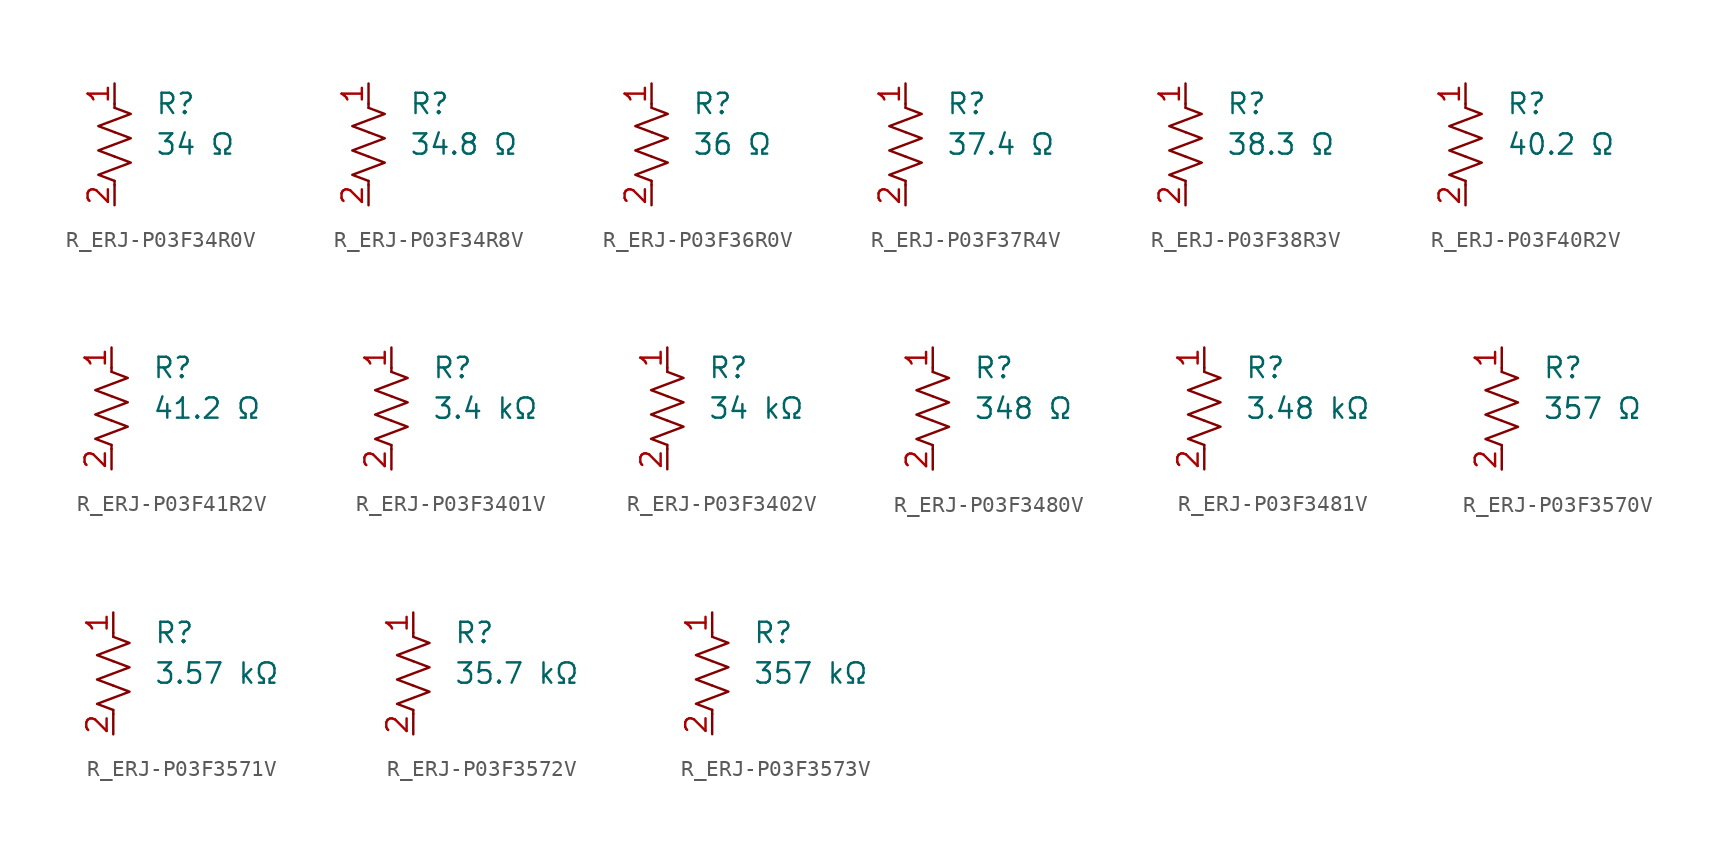
<source format=kicad_sym>
(kicad_symbol_lib
  (version 20231120)
  (generator "kicad_symbol_editor")
  (generator_version "8.0")
  (symbol "R_ERJ-P03F34R0V"
    (pin_names
      (offset 0.254))
    (property "Value" "34 Ω"
      (at 2.54 0 0)
      (effects (font (size 1.27 1.27)) (justify left)))
    (property "Reference" "R"
      (at 2.54 2.54 0)
      (effects (font (size 1.27 1.27)) (justify left)))
    (symbol "R_ERJ-P03F34R0V_0_1"
      (polyline (pts (xy 0 -2.286) (xy 0 -2.54)) (stroke (width 0) (type default)) (fill (type none)))
      (polyline (pts (xy 0 2.286) (xy 0 2.54)) (stroke (width 0) (type default)) (fill (type none)))
      (polyline (pts (xy 0 -0.762) (xy 1.016 -1.143) (xy 0 -1.524) (xy -1.016 -1.905) (xy 0 -2.286)) (stroke (width 0) (type default)) (fill (type none)))
      (polyline (pts (xy 0 0.762) (xy 1.016 0.381) (xy 0 0) (xy -1.016 -0.381) (xy 0 -0.762)) (stroke (width 0) (type default)) (fill (type none)))
      (polyline (pts (xy 0 2.286) (xy 1.016 1.905) (xy 0 1.524) (xy -1.016 1.143) (xy 0 0.762)) (stroke (width 0) (type default)) (fill (type none))))
    (symbol "R_ERJ-P03F34R0V_1_1"
      (pin passive line (at 0 3.81 270) (length 1.27) (name "~" (effects (font (size 1.27 1.27)))) (number "1" (effects (font (size 1.27 1.27)))))
      (pin passive line (at 0 -3.81 90) (length 1.27) (name "~" (effects (font (size 1.27 1.27)))) (number "2" (effects (font (size 1.27 1.27)))))))
  (symbol "R_ERJ-P03F34R8V"
    (pin_names
      (offset 0.254))
    (property "Value" "34.8 Ω"
      (at 2.54 0 0)
      (effects (font (size 1.27 1.27)) (justify left)))
    (property "Reference" "R"
      (at 2.54 2.54 0)
      (effects (font (size 1.27 1.27)) (justify left)))
    (symbol "R_ERJ-P03F34R8V_0_1"
      (polyline (pts (xy 0 -2.286) (xy 0 -2.54)) (stroke (width 0) (type default)) (fill (type none)))
      (polyline (pts (xy 0 2.286) (xy 0 2.54)) (stroke (width 0) (type default)) (fill (type none)))
      (polyline (pts (xy 0 -0.762) (xy 1.016 -1.143) (xy 0 -1.524) (xy -1.016 -1.905) (xy 0 -2.286)) (stroke (width 0) (type default)) (fill (type none)))
      (polyline (pts (xy 0 0.762) (xy 1.016 0.381) (xy 0 0) (xy -1.016 -0.381) (xy 0 -0.762)) (stroke (width 0) (type default)) (fill (type none)))
      (polyline (pts (xy 0 2.286) (xy 1.016 1.905) (xy 0 1.524) (xy -1.016 1.143) (xy 0 0.762)) (stroke (width 0) (type default)) (fill (type none))))
    (symbol "R_ERJ-P03F34R8V_1_1"
      (pin passive line (at 0 3.81 270) (length 1.27) (name "~" (effects (font (size 1.27 1.27)))) (number "1" (effects (font (size 1.27 1.27)))))
      (pin passive line (at 0 -3.81 90) (length 1.27) (name "~" (effects (font (size 1.27 1.27)))) (number "2" (effects (font (size 1.27 1.27)))))))
  (symbol "R_ERJ-P03F36R0V"
    (pin_names
      (offset 0.254))
    (property "Value" "36 Ω"
      (at 2.54 0 0)
      (effects (font (size 1.27 1.27)) (justify left)))
    (property "Reference" "R"
      (at 2.54 2.54 0)
      (effects (font (size 1.27 1.27)) (justify left)))
    (symbol "R_ERJ-P03F36R0V_0_1"
      (polyline (pts (xy 0 -2.286) (xy 0 -2.54)) (stroke (width 0) (type default)) (fill (type none)))
      (polyline (pts (xy 0 2.286) (xy 0 2.54)) (stroke (width 0) (type default)) (fill (type none)))
      (polyline (pts (xy 0 -0.762) (xy 1.016 -1.143) (xy 0 -1.524) (xy -1.016 -1.905) (xy 0 -2.286)) (stroke (width 0) (type default)) (fill (type none)))
      (polyline (pts (xy 0 0.762) (xy 1.016 0.381) (xy 0 0) (xy -1.016 -0.381) (xy 0 -0.762)) (stroke (width 0) (type default)) (fill (type none)))
      (polyline (pts (xy 0 2.286) (xy 1.016 1.905) (xy 0 1.524) (xy -1.016 1.143) (xy 0 0.762)) (stroke (width 0) (type default)) (fill (type none))))
    (symbol "R_ERJ-P03F36R0V_1_1"
      (pin passive line (at 0 3.81 270) (length 1.27) (name "~" (effects (font (size 1.27 1.27)))) (number "1" (effects (font (size 1.27 1.27)))))
      (pin passive line (at 0 -3.81 90) (length 1.27) (name "~" (effects (font (size 1.27 1.27)))) (number "2" (effects (font (size 1.27 1.27)))))))
  (symbol "R_ERJ-P03F37R4V"
    (pin_names
      (offset 0.254))
    (property "Value" "37.4 Ω"
      (at 2.54 0 0)
      (effects (font (size 1.27 1.27)) (justify left)))
    (property "Reference" "R"
      (at 2.54 2.54 0)
      (effects (font (size 1.27 1.27)) (justify left)))
    (symbol "R_ERJ-P03F37R4V_0_1"
      (polyline (pts (xy 0 -2.286) (xy 0 -2.54)) (stroke (width 0) (type default)) (fill (type none)))
      (polyline (pts (xy 0 2.286) (xy 0 2.54)) (stroke (width 0) (type default)) (fill (type none)))
      (polyline (pts (xy 0 -0.762) (xy 1.016 -1.143) (xy 0 -1.524) (xy -1.016 -1.905) (xy 0 -2.286)) (stroke (width 0) (type default)) (fill (type none)))
      (polyline (pts (xy 0 0.762) (xy 1.016 0.381) (xy 0 0) (xy -1.016 -0.381) (xy 0 -0.762)) (stroke (width 0) (type default)) (fill (type none)))
      (polyline (pts (xy 0 2.286) (xy 1.016 1.905) (xy 0 1.524) (xy -1.016 1.143) (xy 0 0.762)) (stroke (width 0) (type default)) (fill (type none))))
    (symbol "R_ERJ-P03F37R4V_1_1"
      (pin passive line (at 0 3.81 270) (length 1.27) (name "~" (effects (font (size 1.27 1.27)))) (number "1" (effects (font (size 1.27 1.27)))))
      (pin passive line (at 0 -3.81 90) (length 1.27) (name "~" (effects (font (size 1.27 1.27)))) (number "2" (effects (font (size 1.27 1.27)))))))
  (symbol "R_ERJ-P03F38R3V"
    (pin_names
      (offset 0.254))
    (property "Value" "38.3 Ω"
      (at 2.54 0 0)
      (effects (font (size 1.27 1.27)) (justify left)))
    (property "Reference" "R"
      (at 2.54 2.54 0)
      (effects (font (size 1.27 1.27)) (justify left)))
    (symbol "R_ERJ-P03F38R3V_0_1"
      (polyline (pts (xy 0 -2.286) (xy 0 -2.54)) (stroke (width 0) (type default)) (fill (type none)))
      (polyline (pts (xy 0 2.286) (xy 0 2.54)) (stroke (width 0) (type default)) (fill (type none)))
      (polyline (pts (xy 0 -0.762) (xy 1.016 -1.143) (xy 0 -1.524) (xy -1.016 -1.905) (xy 0 -2.286)) (stroke (width 0) (type default)) (fill (type none)))
      (polyline (pts (xy 0 0.762) (xy 1.016 0.381) (xy 0 0) (xy -1.016 -0.381) (xy 0 -0.762)) (stroke (width 0) (type default)) (fill (type none)))
      (polyline (pts (xy 0 2.286) (xy 1.016 1.905) (xy 0 1.524) (xy -1.016 1.143) (xy 0 0.762)) (stroke (width 0) (type default)) (fill (type none))))
    (symbol "R_ERJ-P03F38R3V_1_1"
      (pin passive line (at 0 3.81 270) (length 1.27) (name "~" (effects (font (size 1.27 1.27)))) (number "1" (effects (font (size 1.27 1.27)))))
      (pin passive line (at 0 -3.81 90) (length 1.27) (name "~" (effects (font (size 1.27 1.27)))) (number "2" (effects (font (size 1.27 1.27)))))))
  (symbol "R_ERJ-P03F40R2V"
    (pin_names
      (offset 0.254))
    (property "Value" "40.2 Ω"
      (at 2.54 0 0)
      (effects (font (size 1.27 1.27)) (justify left)))
    (property "Reference" "R"
      (at 2.54 2.54 0)
      (effects (font (size 1.27 1.27)) (justify left)))
    (symbol "R_ERJ-P03F40R2V_0_1"
      (polyline (pts (xy 0 -2.286) (xy 0 -2.54)) (stroke (width 0) (type default)) (fill (type none)))
      (polyline (pts (xy 0 2.286) (xy 0 2.54)) (stroke (width 0) (type default)) (fill (type none)))
      (polyline (pts (xy 0 -0.762) (xy 1.016 -1.143) (xy 0 -1.524) (xy -1.016 -1.905) (xy 0 -2.286)) (stroke (width 0) (type default)) (fill (type none)))
      (polyline (pts (xy 0 0.762) (xy 1.016 0.381) (xy 0 0) (xy -1.016 -0.381) (xy 0 -0.762)) (stroke (width 0) (type default)) (fill (type none)))
      (polyline (pts (xy 0 2.286) (xy 1.016 1.905) (xy 0 1.524) (xy -1.016 1.143) (xy 0 0.762)) (stroke (width 0) (type default)) (fill (type none))))
    (symbol "R_ERJ-P03F40R2V_1_1"
      (pin passive line (at 0 3.81 270) (length 1.27) (name "~" (effects (font (size 1.27 1.27)))) (number "1" (effects (font (size 1.27 1.27)))))
      (pin passive line (at 0 -3.81 90) (length 1.27) (name "~" (effects (font (size 1.27 1.27)))) (number "2" (effects (font (size 1.27 1.27)))))))
  (symbol "R_ERJ-P03F41R2V"
    (pin_names
      (offset 0.254))
    (property "Value" "41.2 Ω"
      (at 2.54 0 0)
      (effects (font (size 1.27 1.27)) (justify left)))
    (property "Reference" "R"
      (at 2.54 2.54 0)
      (effects (font (size 1.27 1.27)) (justify left)))
    (symbol "R_ERJ-P03F41R2V_0_1"
      (polyline (pts (xy 0 -2.286) (xy 0 -2.54)) (stroke (width 0) (type default)) (fill (type none)))
      (polyline (pts (xy 0 2.286) (xy 0 2.54)) (stroke (width 0) (type default)) (fill (type none)))
      (polyline (pts (xy 0 -0.762) (xy 1.016 -1.143) (xy 0 -1.524) (xy -1.016 -1.905) (xy 0 -2.286)) (stroke (width 0) (type default)) (fill (type none)))
      (polyline (pts (xy 0 0.762) (xy 1.016 0.381) (xy 0 0) (xy -1.016 -0.381) (xy 0 -0.762)) (stroke (width 0) (type default)) (fill (type none)))
      (polyline (pts (xy 0 2.286) (xy 1.016 1.905) (xy 0 1.524) (xy -1.016 1.143) (xy 0 0.762)) (stroke (width 0) (type default)) (fill (type none))))
    (symbol "R_ERJ-P03F41R2V_1_1"
      (pin passive line (at 0 3.81 270) (length 1.27) (name "~" (effects (font (size 1.27 1.27)))) (number "1" (effects (font (size 1.27 1.27)))))
      (pin passive line (at 0 -3.81 90) (length 1.27) (name "~" (effects (font (size 1.27 1.27)))) (number "2" (effects (font (size 1.27 1.27)))))))
  (symbol "R_ERJ-P03F3401V"
    (pin_names
      (offset 0.254))
    (property "Value" "3.4 kΩ"
      (at 2.54 0 0)
      (effects (font (size 1.27 1.27)) (justify left)))
    (property "Reference" "R"
      (at 2.54 2.54 0)
      (effects (font (size 1.27 1.27)) (justify left)))
    (symbol "R_ERJ-P03F3401V_0_1"
      (polyline (pts (xy 0 -2.286) (xy 0 -2.54)) (stroke (width 0) (type default)) (fill (type none)))
      (polyline (pts (xy 0 2.286) (xy 0 2.54)) (stroke (width 0) (type default)) (fill (type none)))
      (polyline (pts (xy 0 -0.762) (xy 1.016 -1.143) (xy 0 -1.524) (xy -1.016 -1.905) (xy 0 -2.286)) (stroke (width 0) (type default)) (fill (type none)))
      (polyline (pts (xy 0 0.762) (xy 1.016 0.381) (xy 0 0) (xy -1.016 -0.381) (xy 0 -0.762)) (stroke (width 0) (type default)) (fill (type none)))
      (polyline (pts (xy 0 2.286) (xy 1.016 1.905) (xy 0 1.524) (xy -1.016 1.143) (xy 0 0.762)) (stroke (width 0) (type default)) (fill (type none))))
    (symbol "R_ERJ-P03F3401V_1_1"
      (pin passive line (at 0 3.81 270) (length 1.27) (name "~" (effects (font (size 1.27 1.27)))) (number "1" (effects (font (size 1.27 1.27)))))
      (pin passive line (at 0 -3.81 90) (length 1.27) (name "~" (effects (font (size 1.27 1.27)))) (number "2" (effects (font (size 1.27 1.27)))))))
  (symbol "R_ERJ-P03F3402V"
    (pin_names
      (offset 0.254))
    (property "Value" "34 kΩ"
      (at 2.54 0 0)
      (effects (font (size 1.27 1.27)) (justify left)))
    (property "Reference" "R"
      (at 2.54 2.54 0)
      (effects (font (size 1.27 1.27)) (justify left)))
    (symbol "R_ERJ-P03F3402V_0_1"
      (polyline (pts (xy 0 -2.286) (xy 0 -2.54)) (stroke (width 0) (type default)) (fill (type none)))
      (polyline (pts (xy 0 2.286) (xy 0 2.54)) (stroke (width 0) (type default)) (fill (type none)))
      (polyline (pts (xy 0 -0.762) (xy 1.016 -1.143) (xy 0 -1.524) (xy -1.016 -1.905) (xy 0 -2.286)) (stroke (width 0) (type default)) (fill (type none)))
      (polyline (pts (xy 0 0.762) (xy 1.016 0.381) (xy 0 0) (xy -1.016 -0.381) (xy 0 -0.762)) (stroke (width 0) (type default)) (fill (type none)))
      (polyline (pts (xy 0 2.286) (xy 1.016 1.905) (xy 0 1.524) (xy -1.016 1.143) (xy 0 0.762)) (stroke (width 0) (type default)) (fill (type none))))
    (symbol "R_ERJ-P03F3402V_1_1"
      (pin passive line (at 0 3.81 270) (length 1.27) (name "~" (effects (font (size 1.27 1.27)))) (number "1" (effects (font (size 1.27 1.27)))))
      (pin passive line (at 0 -3.81 90) (length 1.27) (name "~" (effects (font (size 1.27 1.27)))) (number "2" (effects (font (size 1.27 1.27)))))))
  (symbol "R_ERJ-P03F3480V"
    (pin_names
      (offset 0.254))
    (property "Value" "348 Ω"
      (at 2.54 0 0)
      (effects (font (size 1.27 1.27)) (justify left)))
    (property "Reference" "R"
      (at 2.54 2.54 0)
      (effects (font (size 1.27 1.27)) (justify left)))
    (symbol "R_ERJ-P03F3480V_0_1"
      (polyline (pts (xy 0 -2.286) (xy 0 -2.54)) (stroke (width 0) (type default)) (fill (type none)))
      (polyline (pts (xy 0 2.286) (xy 0 2.54)) (stroke (width 0) (type default)) (fill (type none)))
      (polyline (pts (xy 0 -0.762) (xy 1.016 -1.143) (xy 0 -1.524) (xy -1.016 -1.905) (xy 0 -2.286)) (stroke (width 0) (type default)) (fill (type none)))
      (polyline (pts (xy 0 0.762) (xy 1.016 0.381) (xy 0 0) (xy -1.016 -0.381) (xy 0 -0.762)) (stroke (width 0) (type default)) (fill (type none)))
      (polyline (pts (xy 0 2.286) (xy 1.016 1.905) (xy 0 1.524) (xy -1.016 1.143) (xy 0 0.762)) (stroke (width 0) (type default)) (fill (type none))))
    (symbol "R_ERJ-P03F3480V_1_1"
      (pin passive line (at 0 3.81 270) (length 1.27) (name "~" (effects (font (size 1.27 1.27)))) (number "1" (effects (font (size 1.27 1.27)))))
      (pin passive line (at 0 -3.81 90) (length 1.27) (name "~" (effects (font (size 1.27 1.27)))) (number "2" (effects (font (size 1.27 1.27)))))))
  (symbol "R_ERJ-P03F3481V"
    (pin_names
      (offset 0.254))
    (property "Value" "3.48 kΩ"
      (at 2.54 0 0)
      (effects (font (size 1.27 1.27)) (justify left)))
    (property "Reference" "R"
      (at 2.54 2.54 0)
      (effects (font (size 1.27 1.27)) (justify left)))
    (symbol "R_ERJ-P03F3481V_0_1"
      (polyline (pts (xy 0 -2.286) (xy 0 -2.54)) (stroke (width 0) (type default)) (fill (type none)))
      (polyline (pts (xy 0 2.286) (xy 0 2.54)) (stroke (width 0) (type default)) (fill (type none)))
      (polyline (pts (xy 0 -0.762) (xy 1.016 -1.143) (xy 0 -1.524) (xy -1.016 -1.905) (xy 0 -2.286)) (stroke (width 0) (type default)) (fill (type none)))
      (polyline (pts (xy 0 0.762) (xy 1.016 0.381) (xy 0 0) (xy -1.016 -0.381) (xy 0 -0.762)) (stroke (width 0) (type default)) (fill (type none)))
      (polyline (pts (xy 0 2.286) (xy 1.016 1.905) (xy 0 1.524) (xy -1.016 1.143) (xy 0 0.762)) (stroke (width 0) (type default)) (fill (type none))))
    (symbol "R_ERJ-P03F3481V_1_1"
      (pin passive line (at 0 3.81 270) (length 1.27) (name "~" (effects (font (size 1.27 1.27)))) (number "1" (effects (font (size 1.27 1.27)))))
      (pin passive line (at 0 -3.81 90) (length 1.27) (name "~" (effects (font (size 1.27 1.27)))) (number "2" (effects (font (size 1.27 1.27)))))))
  (symbol "R_ERJ-P03F3570V"
    (pin_names
      (offset 0.254))
    (property "Value" "357 Ω"
      (at 2.54 0 0)
      (effects (font (size 1.27 1.27)) (justify left)))
    (property "Reference" "R"
      (at 2.54 2.54 0)
      (effects (font (size 1.27 1.27)) (justify left)))
    (symbol "R_ERJ-P03F3570V_0_1"
      (polyline (pts (xy 0 -2.286) (xy 0 -2.54)) (stroke (width 0) (type default)) (fill (type none)))
      (polyline (pts (xy 0 2.286) (xy 0 2.54)) (stroke (width 0) (type default)) (fill (type none)))
      (polyline (pts (xy 0 -0.762) (xy 1.016 -1.143) (xy 0 -1.524) (xy -1.016 -1.905) (xy 0 -2.286)) (stroke (width 0) (type default)) (fill (type none)))
      (polyline (pts (xy 0 0.762) (xy 1.016 0.381) (xy 0 0) (xy -1.016 -0.381) (xy 0 -0.762)) (stroke (width 0) (type default)) (fill (type none)))
      (polyline (pts (xy 0 2.286) (xy 1.016 1.905) (xy 0 1.524) (xy -1.016 1.143) (xy 0 0.762)) (stroke (width 0) (type default)) (fill (type none))))
    (symbol "R_ERJ-P03F3570V_1_1"
      (pin passive line (at 0 3.81 270) (length 1.27) (name "~" (effects (font (size 1.27 1.27)))) (number "1" (effects (font (size 1.27 1.27)))))
      (pin passive line (at 0 -3.81 90) (length 1.27) (name "~" (effects (font (size 1.27 1.27)))) (number "2" (effects (font (size 1.27 1.27)))))))
  (symbol "R_ERJ-P03F3571V"
    (pin_names
      (offset 0.254))
    (property "Value" "3.57 kΩ"
      (at 2.54 0 0)
      (effects (font (size 1.27 1.27)) (justify left)))
    (property "Reference" "R"
      (at 2.54 2.54 0)
      (effects (font (size 1.27 1.27)) (justify left)))
    (symbol "R_ERJ-P03F3571V_0_1"
      (polyline (pts (xy 0 -2.286) (xy 0 -2.54)) (stroke (width 0) (type default)) (fill (type none)))
      (polyline (pts (xy 0 2.286) (xy 0 2.54)) (stroke (width 0) (type default)) (fill (type none)))
      (polyline (pts (xy 0 -0.762) (xy 1.016 -1.143) (xy 0 -1.524) (xy -1.016 -1.905) (xy 0 -2.286)) (stroke (width 0) (type default)) (fill (type none)))
      (polyline (pts (xy 0 0.762) (xy 1.016 0.381) (xy 0 0) (xy -1.016 -0.381) (xy 0 -0.762)) (stroke (width 0) (type default)) (fill (type none)))
      (polyline (pts (xy 0 2.286) (xy 1.016 1.905) (xy 0 1.524) (xy -1.016 1.143) (xy 0 0.762)) (stroke (width 0) (type default)) (fill (type none))))
    (symbol "R_ERJ-P03F3571V_1_1"
      (pin passive line (at 0 3.81 270) (length 1.27) (name "~" (effects (font (size 1.27 1.27)))) (number "1" (effects (font (size 1.27 1.27)))))
      (pin passive line (at 0 -3.81 90) (length 1.27) (name "~" (effects (font (size 1.27 1.27)))) (number "2" (effects (font (size 1.27 1.27)))))))
  (symbol "R_ERJ-P03F3572V"
    (pin_names
      (offset 0.254))
    (property "Value" "35.7 kΩ"
      (at 2.54 0 0)
      (effects (font (size 1.27 1.27)) (justify left)))
    (property "Reference" "R"
      (at 2.54 2.54 0)
      (effects (font (size 1.27 1.27)) (justify left)))
    (symbol "R_ERJ-P03F3572V_0_1"
      (polyline (pts (xy 0 -2.286) (xy 0 -2.54)) (stroke (width 0) (type default)) (fill (type none)))
      (polyline (pts (xy 0 2.286) (xy 0 2.54)) (stroke (width 0) (type default)) (fill (type none)))
      (polyline (pts (xy 0 -0.762) (xy 1.016 -1.143) (xy 0 -1.524) (xy -1.016 -1.905) (xy 0 -2.286)) (stroke (width 0) (type default)) (fill (type none)))
      (polyline (pts (xy 0 0.762) (xy 1.016 0.381) (xy 0 0) (xy -1.016 -0.381) (xy 0 -0.762)) (stroke (width 0) (type default)) (fill (type none)))
      (polyline (pts (xy 0 2.286) (xy 1.016 1.905) (xy 0 1.524) (xy -1.016 1.143) (xy 0 0.762)) (stroke (width 0) (type default)) (fill (type none))))
    (symbol "R_ERJ-P03F3572V_1_1"
      (pin passive line (at 0 3.81 270) (length 1.27) (name "~" (effects (font (size 1.27 1.27)))) (number "1" (effects (font (size 1.27 1.27)))))
      (pin passive line (at 0 -3.81 90) (length 1.27) (name "~" (effects (font (size 1.27 1.27)))) (number "2" (effects (font (size 1.27 1.27)))))))
  (symbol "R_ERJ-P03F3573V"
    (pin_names
      (offset 0.254))
    (property "Value" "357 kΩ"
      (at 2.54 0 0)
      (effects (font (size 1.27 1.27)) (justify left)))
    (property "Reference" "R"
      (at 2.54 2.54 0)
      (effects (font (size 1.27 1.27)) (justify left)))
    (symbol "R_ERJ-P03F3573V_0_1"
      (polyline (pts (xy 0 -2.286) (xy 0 -2.54)) (stroke (width 0) (type default)) (fill (type none)))
      (polyline (pts (xy 0 2.286) (xy 0 2.54)) (stroke (width 0) (type default)) (fill (type none)))
      (polyline (pts (xy 0 -0.762) (xy 1.016 -1.143) (xy 0 -1.524) (xy -1.016 -1.905) (xy 0 -2.286)) (stroke (width 0) (type default)) (fill (type none)))
      (polyline (pts (xy 0 0.762) (xy 1.016 0.381) (xy 0 0) (xy -1.016 -0.381) (xy 0 -0.762)) (stroke (width 0) (type default)) (fill (type none)))
      (polyline (pts (xy 0 2.286) (xy 1.016 1.905) (xy 0 1.524) (xy -1.016 1.143) (xy 0 0.762)) (stroke (width 0) (type default)) (fill (type none))))
    (symbol "R_ERJ-P03F3573V_1_1"
      (pin passive line (at 0 3.81 270) (length 1.27) (name "~" (effects (font (size 1.27 1.27)))) (number "1" (effects (font (size 1.27 1.27)))))
      (pin passive line (at 0 -3.81 90) (length 1.27) (name "~" (effects (font (size 1.27 1.27)))) (number "2" (effects (font (size 1.27 1.27))))))))
</source>
